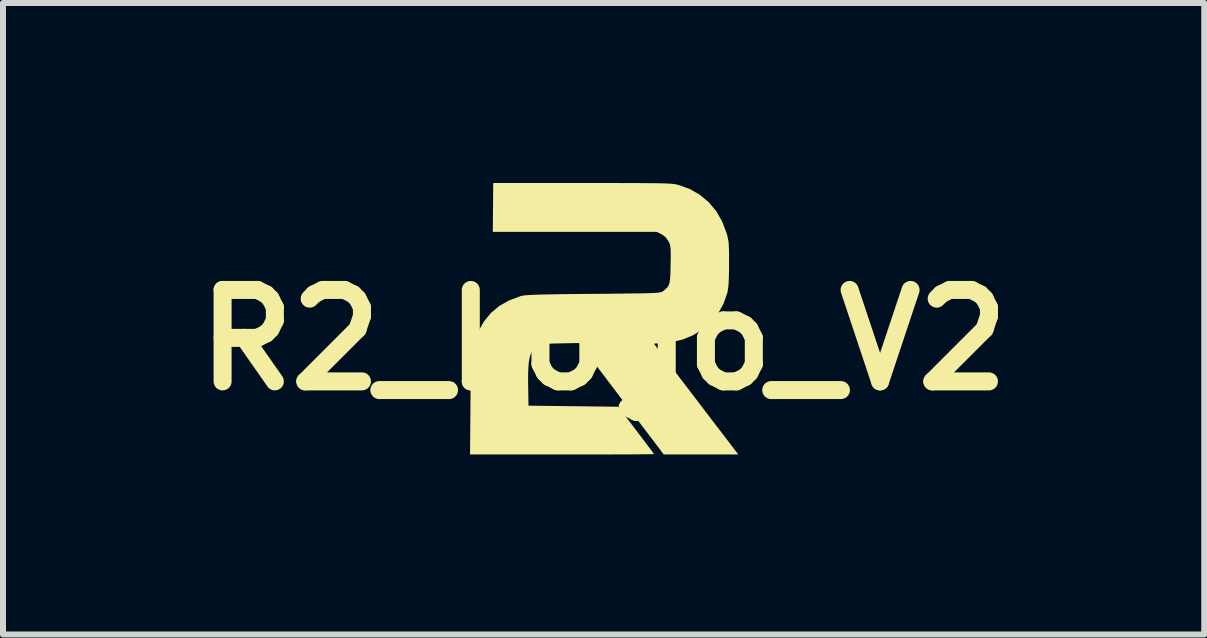
<source format=kicad_pcb>
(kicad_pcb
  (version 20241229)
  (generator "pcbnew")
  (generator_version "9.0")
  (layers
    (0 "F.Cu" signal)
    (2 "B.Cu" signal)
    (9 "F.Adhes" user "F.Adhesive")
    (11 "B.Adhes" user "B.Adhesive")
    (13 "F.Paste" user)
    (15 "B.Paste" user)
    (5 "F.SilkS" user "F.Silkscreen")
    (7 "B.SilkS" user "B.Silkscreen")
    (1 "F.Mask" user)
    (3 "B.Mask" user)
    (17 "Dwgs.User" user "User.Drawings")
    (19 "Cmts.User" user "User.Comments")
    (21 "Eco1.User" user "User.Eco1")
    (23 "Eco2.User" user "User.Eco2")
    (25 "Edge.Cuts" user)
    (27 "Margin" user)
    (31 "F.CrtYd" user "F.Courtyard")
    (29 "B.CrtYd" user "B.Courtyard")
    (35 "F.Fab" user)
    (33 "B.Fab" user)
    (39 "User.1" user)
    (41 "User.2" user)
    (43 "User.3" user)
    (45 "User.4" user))
  (footprint "R2_Logo_V2"
    (layer "F.Cu")
    (at 7.01 2.617)
    (property "Reference" "R2_Logo_V2" (at 0 0 0) (layer "F.SilkS") (effects (font (size 1.524 1.524) (thickness 0.3))))
    (attr board_only exclude_from_pos_files exclude_from_bom)
    (fp_poly (pts (xy -0.091 -2.617) (xy 0.141 -2.617) (xy 0.342 -2.616) (xy 0.516 -2.616) (xy 0.663 -2.615) (xy 0.788 -2.614) (xy 0.892 -2.613) (xy 0.977 -2.611) (xy 1.046 -2.609) (xy 1.101 -2.606) (xy 1.145 -2.603) (xy 1.18 -2.599) (xy 1.208 -2.594) (xy 1.231 -2.589) (xy 1.243 -2.586) (xy 1.434 -2.518) (xy 1.603 -2.421) (xy 1.751 -2.298) (xy 1.876 -2.15) (xy 1.975 -1.978) (xy 2.049 -1.783) (xy 2.052 -1.776) (xy 2.065 -1.726) (xy 2.075 -1.679) (xy 2.083 -1.628) (xy 2.087 -1.568) (xy 2.09 -1.493) (xy 2.091 -1.395) (xy 2.091 -1.269) (xy 2.09 -1.131) (xy 2.087 -1.021) (xy 2.083 -0.935) (xy 2.076 -0.867) (xy 2.067 -0.81) (xy 2.06 -0.781) (xy 1.998 -0.604) (xy 1.908 -0.442) (xy 1.791 -0.299) (xy 1.651 -0.178) (xy 1.491 -0.08) (xy 1.315 -0.007) (xy 1.125 0.037) (xy 1.013 0.048) (xy 0.94 0.053) (xy 0.882 0.057) (xy 0.847 0.061) (xy 0.84 0.063) (xy 0.851 0.077) (xy 0.88 0.117) (xy 0.928 0.18) (xy 0.991 0.263) (xy 1.068 0.365) (xy 1.158 0.483) (xy 1.257 0.614) (xy 1.366 0.756) (xy 1.481 0.907) (xy 1.493 0.922) (xy 1.61 1.076) (xy 1.722 1.223) (xy 1.827 1.361) (xy 1.923 1.486) (xy 2.008 1.597) (xy 2.08 1.691) (xy 2.136 1.765) (xy 2.175 1.816) (xy 2.195 1.842) (xy 2.195 1.842) (xy 2.245 1.908) (xy 1.003 1.908) (xy 0.298 0.979) (xy -0.407 0.05) (xy -0.724 0.056) (xy -0.854 0.059) (xy -0.953 0.064) (xy -1.027 0.072) (xy -1.082 0.086) (xy -1.123 0.105) (xy -1.153 0.132) (xy -1.18 0.168) (xy -1.187 0.179) (xy -1.213 0.23) (xy -1.232 0.291) (xy -1.246 0.366) (xy -1.254 0.46) (xy -1.258 0.578) (xy -1.258 0.725) (xy -1.257 0.761) (xy -1.252 1.094) (xy -0.504 1.103) (xy 0.243 1.112) (xy 0.542 1.503) (xy 0.619 1.605) (xy 0.689 1.697) (xy 0.748 1.776) (xy 0.795 1.839) (xy 0.827 1.882) (xy 0.84 1.901) (xy 0.84 1.901) (xy 0.823 1.902) (xy 0.774 1.903) (xy 0.694 1.904) (xy 0.587 1.905) (xy 0.455 1.906) (xy 0.3 1.906) (xy 0.126 1.907) (xy -0.066 1.907) (xy -0.273 1.908) (xy -0.493 1.908) (xy -0.693 1.908) (xy -2.226 1.908) (xy -2.219 1.055) (xy -2.217 0.85) (xy -2.215 0.677) (xy -2.213 0.531) (xy -2.21 0.411) (xy -2.206 0.311) (xy -2.2 0.228) (xy -2.192 0.16) (xy -2.182 0.102) (xy -2.17 0.051) (xy -2.154 0.004) (xy -2.135 -0.044) (xy -2.111 -0.095) (xy -2.09 -0.14) (xy -1.994 -0.309) (xy -1.877 -0.452) (xy -1.738 -0.568) (xy -1.574 -0.661) (xy -1.385 -0.731) (xy -1.361 -0.737) (xy -1.33 -0.742) (xy -1.291 -0.746) (xy -1.24 -0.75) (xy -1.174 -0.753) (xy -1.092 -0.756) (xy -0.989 -0.759) (xy -0.865 -0.761) (xy -0.715 -0.764) (xy -0.537 -0.766) (xy -0.328 -0.768) (xy -0.172 -0.769) (xy 0.053 -0.771) (xy 0.246 -0.773) (xy 0.409 -0.775) (xy 0.545 -0.777) (xy 0.656 -0.778) (xy 0.746 -0.781) (xy 0.816 -0.783) (xy 0.87 -0.786) (xy 0.911 -0.79) (xy 0.94 -0.794) (xy 0.96 -0.799) (xy 0.975 -0.804) (xy 0.986 -0.811) (xy 0.991 -0.815) (xy 1.032 -0.847) (xy 1.062 -0.877) (xy 1.084 -0.912) (xy 1.099 -0.956) (xy 1.108 -1.016) (xy 1.113 -1.097) (xy 1.116 -1.205) (xy 1.117 -1.257) (xy 1.119 -1.369) (xy 1.119 -1.453) (xy 1.117 -1.513) (xy 1.113 -1.557) (xy 1.106 -1.59) (xy 1.095 -1.619) (xy 1.082 -1.645) (xy 1.035 -1.713) (xy 0.971 -1.76) (xy 0.963 -1.764) (xy 0.885 -1.803) (xy -0.481 -1.803) (xy -1.847 -1.803) (xy -1.839 -2.617) (xy -0.355 -2.617)) (stroke (width 0) (type solid)) (fill yes) (layer "F.SilkS")))
  (gr_rect
    (start -3 -3)
    (end 17.021 7.525)
    (stroke (width 0.1) (type default))
    (fill no)
    (layer "Edge.Cuts")))
</source>
